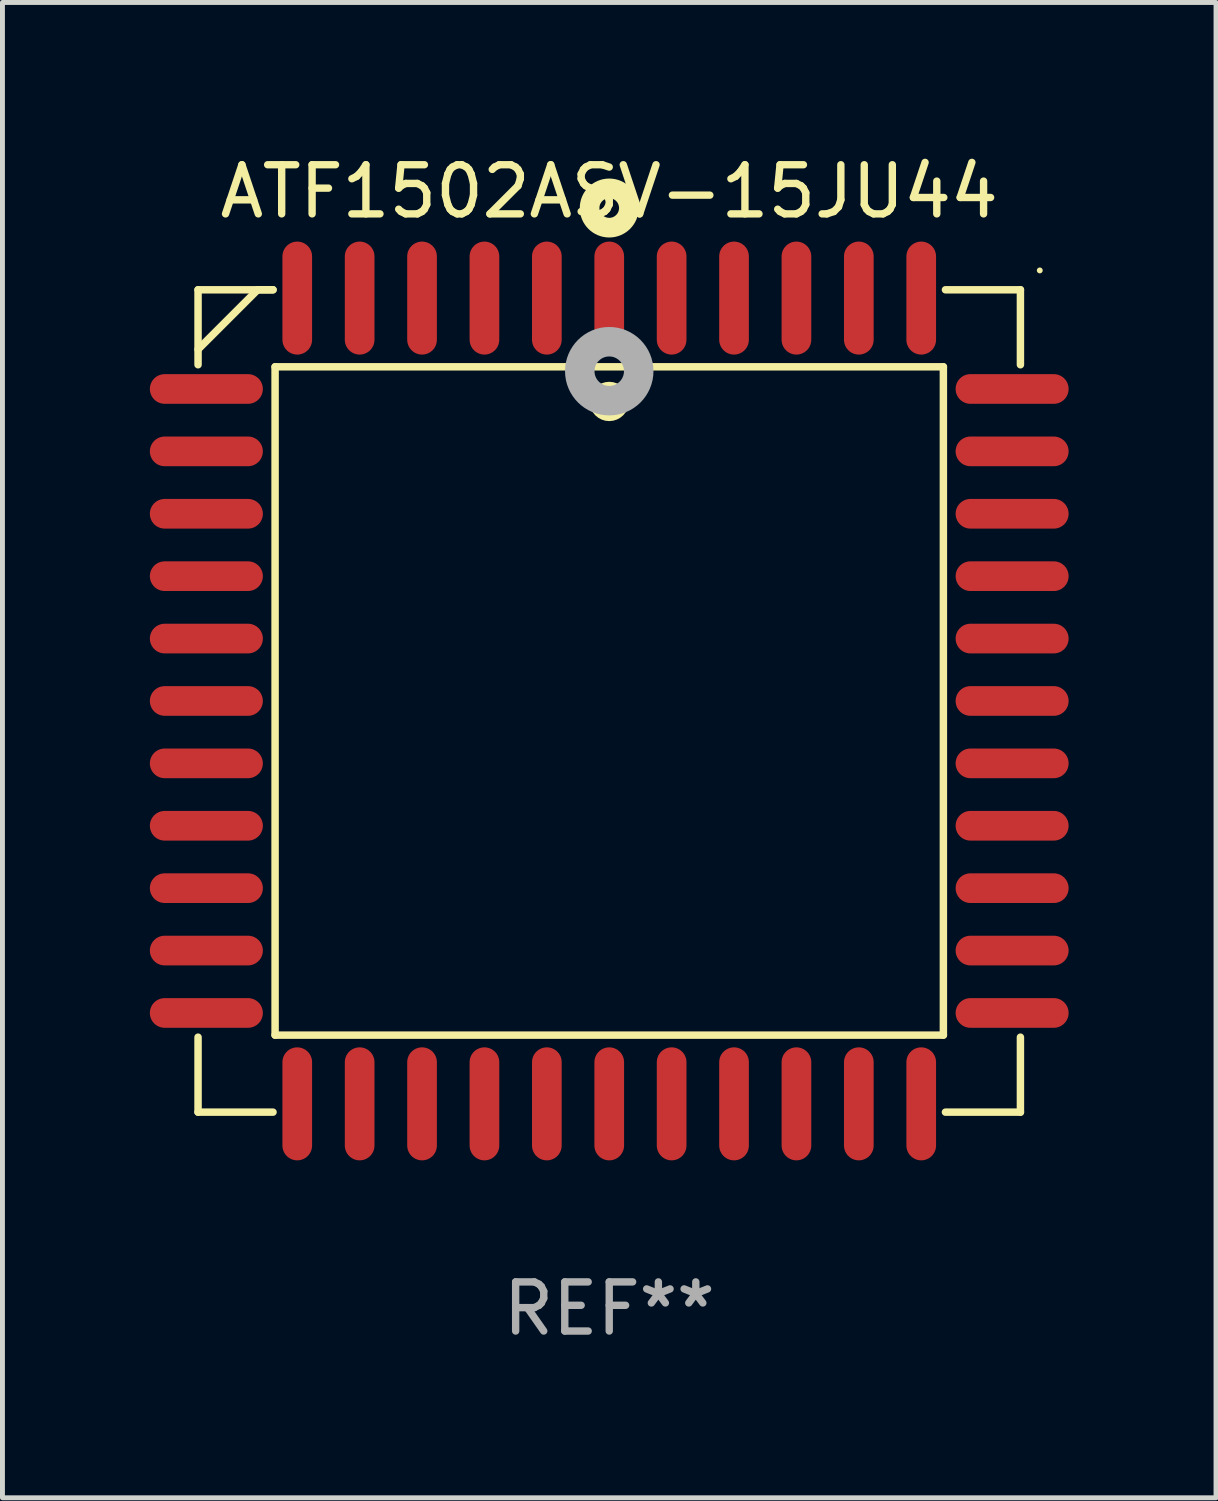
<source format=kicad_pcb>
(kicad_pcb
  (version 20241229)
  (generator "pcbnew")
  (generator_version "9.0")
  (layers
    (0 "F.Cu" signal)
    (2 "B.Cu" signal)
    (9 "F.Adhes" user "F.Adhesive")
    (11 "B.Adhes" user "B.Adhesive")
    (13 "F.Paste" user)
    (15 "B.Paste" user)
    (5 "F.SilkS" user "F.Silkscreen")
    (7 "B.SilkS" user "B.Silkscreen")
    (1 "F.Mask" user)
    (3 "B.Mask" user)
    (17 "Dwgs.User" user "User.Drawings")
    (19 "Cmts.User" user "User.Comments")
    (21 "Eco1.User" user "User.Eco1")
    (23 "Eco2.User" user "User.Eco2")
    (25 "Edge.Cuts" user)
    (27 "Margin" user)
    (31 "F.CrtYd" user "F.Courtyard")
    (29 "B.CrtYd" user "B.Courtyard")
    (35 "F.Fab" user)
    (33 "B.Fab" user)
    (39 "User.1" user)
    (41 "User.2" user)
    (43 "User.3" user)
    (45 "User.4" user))
  (footprint "ATF1502ASV-15JU44"
    (layer "F.Cu")
    (at 9.35 11.217)
    (property "Reference" "ATF1502ASV-15JU44" (at 0 -10.369 0) (layer "F.SilkS") (effects (font (size 1 1) (thickness 0.15))))
    (attr through_hole)
    (fp_line (start -8.369 -8.369) (end -8.369 -6.843) (stroke (width 0.152) (type solid)) (layer "F.SilkS"))
    (fp_line (start -8.369 8.369) (end -8.369 6.843) (stroke (width 0.152) (type solid)) (layer "F.SilkS"))
    (fp_line (start -7.156 -8.369) (end -8.369 -7.156) (stroke (width 0.152) (type solid)) (layer "F.SilkS"))
    (fp_line (start -6.843 -8.369) (end -8.369 -8.369) (stroke (width 0.152) (type solid)) (layer "F.SilkS"))
    (fp_line (start -6.843 -8.369) (end -7.156 -8.369) (stroke (width 0.152) (type solid)) (layer "F.SilkS"))
    (fp_line (start -6.843 8.369) (end -8.369 8.369) (stroke (width 0.152) (type solid)) (layer "F.SilkS"))
    (fp_line (start -6.801 -6.801) (end 6.801 -6.801) (stroke (width 0.152) (type solid)) (layer "F.SilkS"))
    (fp_line (start -6.801 6.801) (end -6.801 -6.801) (stroke (width 0.152) (type solid)) (layer "F.SilkS"))
    (fp_line (start 6.801 -6.801) (end 6.801 6.801) (stroke (width 0.152) (type solid)) (layer "F.SilkS"))
    (fp_line (start 6.801 6.801) (end -6.801 6.801) (stroke (width 0.152) (type solid)) (layer "F.SilkS"))
    (fp_line (start 6.843 -8.369) (end 8.369 -8.369) (stroke (width 0.152) (type solid)) (layer "F.SilkS"))
    (fp_line (start 6.843 8.369) (end 8.369 8.369) (stroke (width 0.152) (type solid)) (layer "F.SilkS"))
    (fp_line (start 8.369 -8.369) (end 8.369 -6.843) (stroke (width 0.152) (type solid)) (layer "F.SilkS"))
    (fp_line (start 8.369 8.369) (end 8.369 6.843) (stroke (width 0.152) (type solid)) (layer "F.SilkS"))
    (fp_circle (center -0.000013 -6.096) (end 0.2 -6.096) (stroke (width 0.4) (type solid)) (fill no) (layer "F.SilkS"))
    (fp_circle (center 0.000114 -10.033) (end 0.2 -10.033) (stroke (width 0.4) (type solid)) (fill no) (layer "F.SilkS"))
    (fp_circle (center 8.763 -8.763) (end 8.793 -8.763) (stroke (width 0.06) (type solid)) (fill no) (layer "F.SilkS"))
    (fp_circle (center 0.000114 -6.712) (end 0.3 -6.712) (stroke (width 0.6) (type solid)) (fill no) (layer "F.Fab"))
    (fp_text user "REF**" (at 0 12.369 0) (layer "F.Fab") (effects (font (size 1 1) (thickness 0.15))))
    (pad "1" smd oval (at 0.000114 -8.2) (size 0.604 2.3) (layers "F.Cu" "F.Mask" "F.Paste"))
    (pad "2" smd oval (at -1.27 -8.2) (size 0.604 2.3) (layers "F.Cu" "F.Mask" "F.Paste"))
    (pad "3" smd oval (at -2.54 -8.2) (size 0.604 2.3) (layers "F.Cu" "F.Mask" "F.Paste"))
    (pad "4" smd oval (at -3.81 -8.2) (size 0.604 2.3) (layers "F.Cu" "F.Mask" "F.Paste"))
    (pad "5" smd oval (at -5.08 -8.2) (size 0.604 2.3) (layers "F.Cu" "F.Mask" "F.Paste"))
    (pad "6" smd oval (at -6.35 -8.2) (size 0.604 2.3) (layers "F.Cu" "F.Mask" "F.Paste"))
    (pad "7" smd oval (at -8.2 -6.35) (size 2.3 0.604) (layers "F.Cu" "F.Mask" "F.Paste"))
    (pad "8" smd oval (at -8.2 -5.08) (size 2.3 0.604) (layers "F.Cu" "F.Mask" "F.Paste"))
    (pad "9" smd oval (at -8.2 -3.81) (size 2.3 0.604) (layers "F.Cu" "F.Mask" "F.Paste"))
    (pad "10" smd oval (at -8.2 -2.54) (size 2.3 0.604) (layers "F.Cu" "F.Mask" "F.Paste"))
    (pad "11" smd oval (at -8.2 -1.27) (size 2.3 0.604) (layers "F.Cu" "F.Mask" "F.Paste"))
    (pad "12" smd oval (at -8.2 0.000127) (size 2.3 0.604) (layers "F.Cu" "F.Mask" "F.Paste"))
    (pad "13" smd oval (at -8.2 1.27) (size 2.3 0.604) (layers "F.Cu" "F.Mask" "F.Paste"))
    (pad "14" smd oval (at -8.2 2.54) (size 2.3 0.604) (layers "F.Cu" "F.Mask" "F.Paste"))
    (pad "15" smd oval (at -8.2 3.81) (size 2.3 0.604) (layers "F.Cu" "F.Mask" "F.Paste"))
    (pad "16" smd oval (at -8.2 5.08) (size 2.3 0.604) (layers "F.Cu" "F.Mask" "F.Paste"))
    (pad "17" smd oval (at -8.2 6.35) (size 2.3 0.604) (layers "F.Cu" "F.Mask" "F.Paste"))
    (pad "18" smd oval (at -6.35 8.2) (size 0.604 2.3) (layers "F.Cu" "F.Mask" "F.Paste"))
    (pad "19" smd oval (at -5.08 8.2) (size 0.604 2.3) (layers "F.Cu" "F.Mask" "F.Paste"))
    (pad "20" smd oval (at -3.81 8.2) (size 0.604 2.3) (layers "F.Cu" "F.Mask" "F.Paste"))
    (pad "21" smd oval (at -2.54 8.2) (size 0.604 2.3) (layers "F.Cu" "F.Mask" "F.Paste"))
    (pad "22" smd oval (at -1.27 8.2) (size 0.604 2.3) (layers "F.Cu" "F.Mask" "F.Paste"))
    (pad "23" smd oval (at 0.000114 8.2) (size 0.604 2.3) (layers "F.Cu" "F.Mask" "F.Paste"))
    (pad "24" smd oval (at 1.27 8.2) (size 0.604 2.3) (layers "F.Cu" "F.Mask" "F.Paste"))
    (pad "25" smd oval (at 2.54 8.2) (size 0.604 2.3) (layers "F.Cu" "F.Mask" "F.Paste"))
    (pad "26" smd oval (at 3.81 8.2) (size 0.604 2.3) (layers "F.Cu" "F.Mask" "F.Paste"))
    (pad "27" smd oval (at 5.08 8.2) (size 0.604 2.3) (layers "F.Cu" "F.Mask" "F.Paste"))
    (pad "28" smd oval (at 6.35 8.2) (size 0.604 2.3) (layers "F.Cu" "F.Mask" "F.Paste"))
    (pad "29" smd oval (at 8.2 6.35) (size 2.3 0.604) (layers "F.Cu" "F.Mask" "F.Paste"))
    (pad "30" smd oval (at 8.2 5.08) (size 2.3 0.604) (layers "F.Cu" "F.Mask" "F.Paste"))
    (pad "31" smd oval (at 8.2 3.81) (size 2.3 0.604) (layers "F.Cu" "F.Mask" "F.Paste"))
    (pad "32" smd oval (at 8.2 2.54) (size 2.3 0.604) (layers "F.Cu" "F.Mask" "F.Paste"))
    (pad "33" smd oval (at 8.2 1.27) (size 2.3 0.604) (layers "F.Cu" "F.Mask" "F.Paste"))
    (pad "34" smd oval (at 8.2 0.000127) (size 2.3 0.604) (layers "F.Cu" "F.Mask" "F.Paste"))
    (pad "35" smd oval (at 8.2 -1.27) (size 2.3 0.604) (layers "F.Cu" "F.Mask" "F.Paste"))
    (pad "36" smd oval (at 8.2 -2.54) (size 2.3 0.604) (layers "F.Cu" "F.Mask" "F.Paste"))
    (pad "37" smd oval (at 8.2 -3.81) (size 2.3 0.604) (layers "F.Cu" "F.Mask" "F.Paste"))
    (pad "38" smd oval (at 8.2 -5.08) (size 2.3 0.604) (layers "F.Cu" "F.Mask" "F.Paste"))
    (pad "39" smd oval (at 8.2 -6.35) (size 2.3 0.604) (layers "F.Cu" "F.Mask" "F.Paste"))
    (pad "40" smd oval (at 6.35 -8.2) (size 0.604 2.3) (layers "F.Cu" "F.Mask" "F.Paste"))
    (pad "41" smd oval (at 5.08 -8.2) (size 0.604 2.3) (layers "F.Cu" "F.Mask" "F.Paste"))
    (pad "42" smd oval (at 3.81 -8.2) (size 0.604 2.3) (layers "F.Cu" "F.Mask" "F.Paste"))
    (pad "43" smd oval (at 2.54 -8.2) (size 0.604 2.3) (layers "F.Cu" "F.Mask" "F.Paste"))
    (pad "44" smd oval (at 1.27 -8.2) (size 0.604 2.3) (layers "F.Cu" "F.Mask" "F.Paste")))
  (gr_rect
    (start -3 -3)
    (end 21.7 27.435)
    (stroke (width 0.1) (type default))
    (fill no)
    (layer "Edge.Cuts")))
</source>
